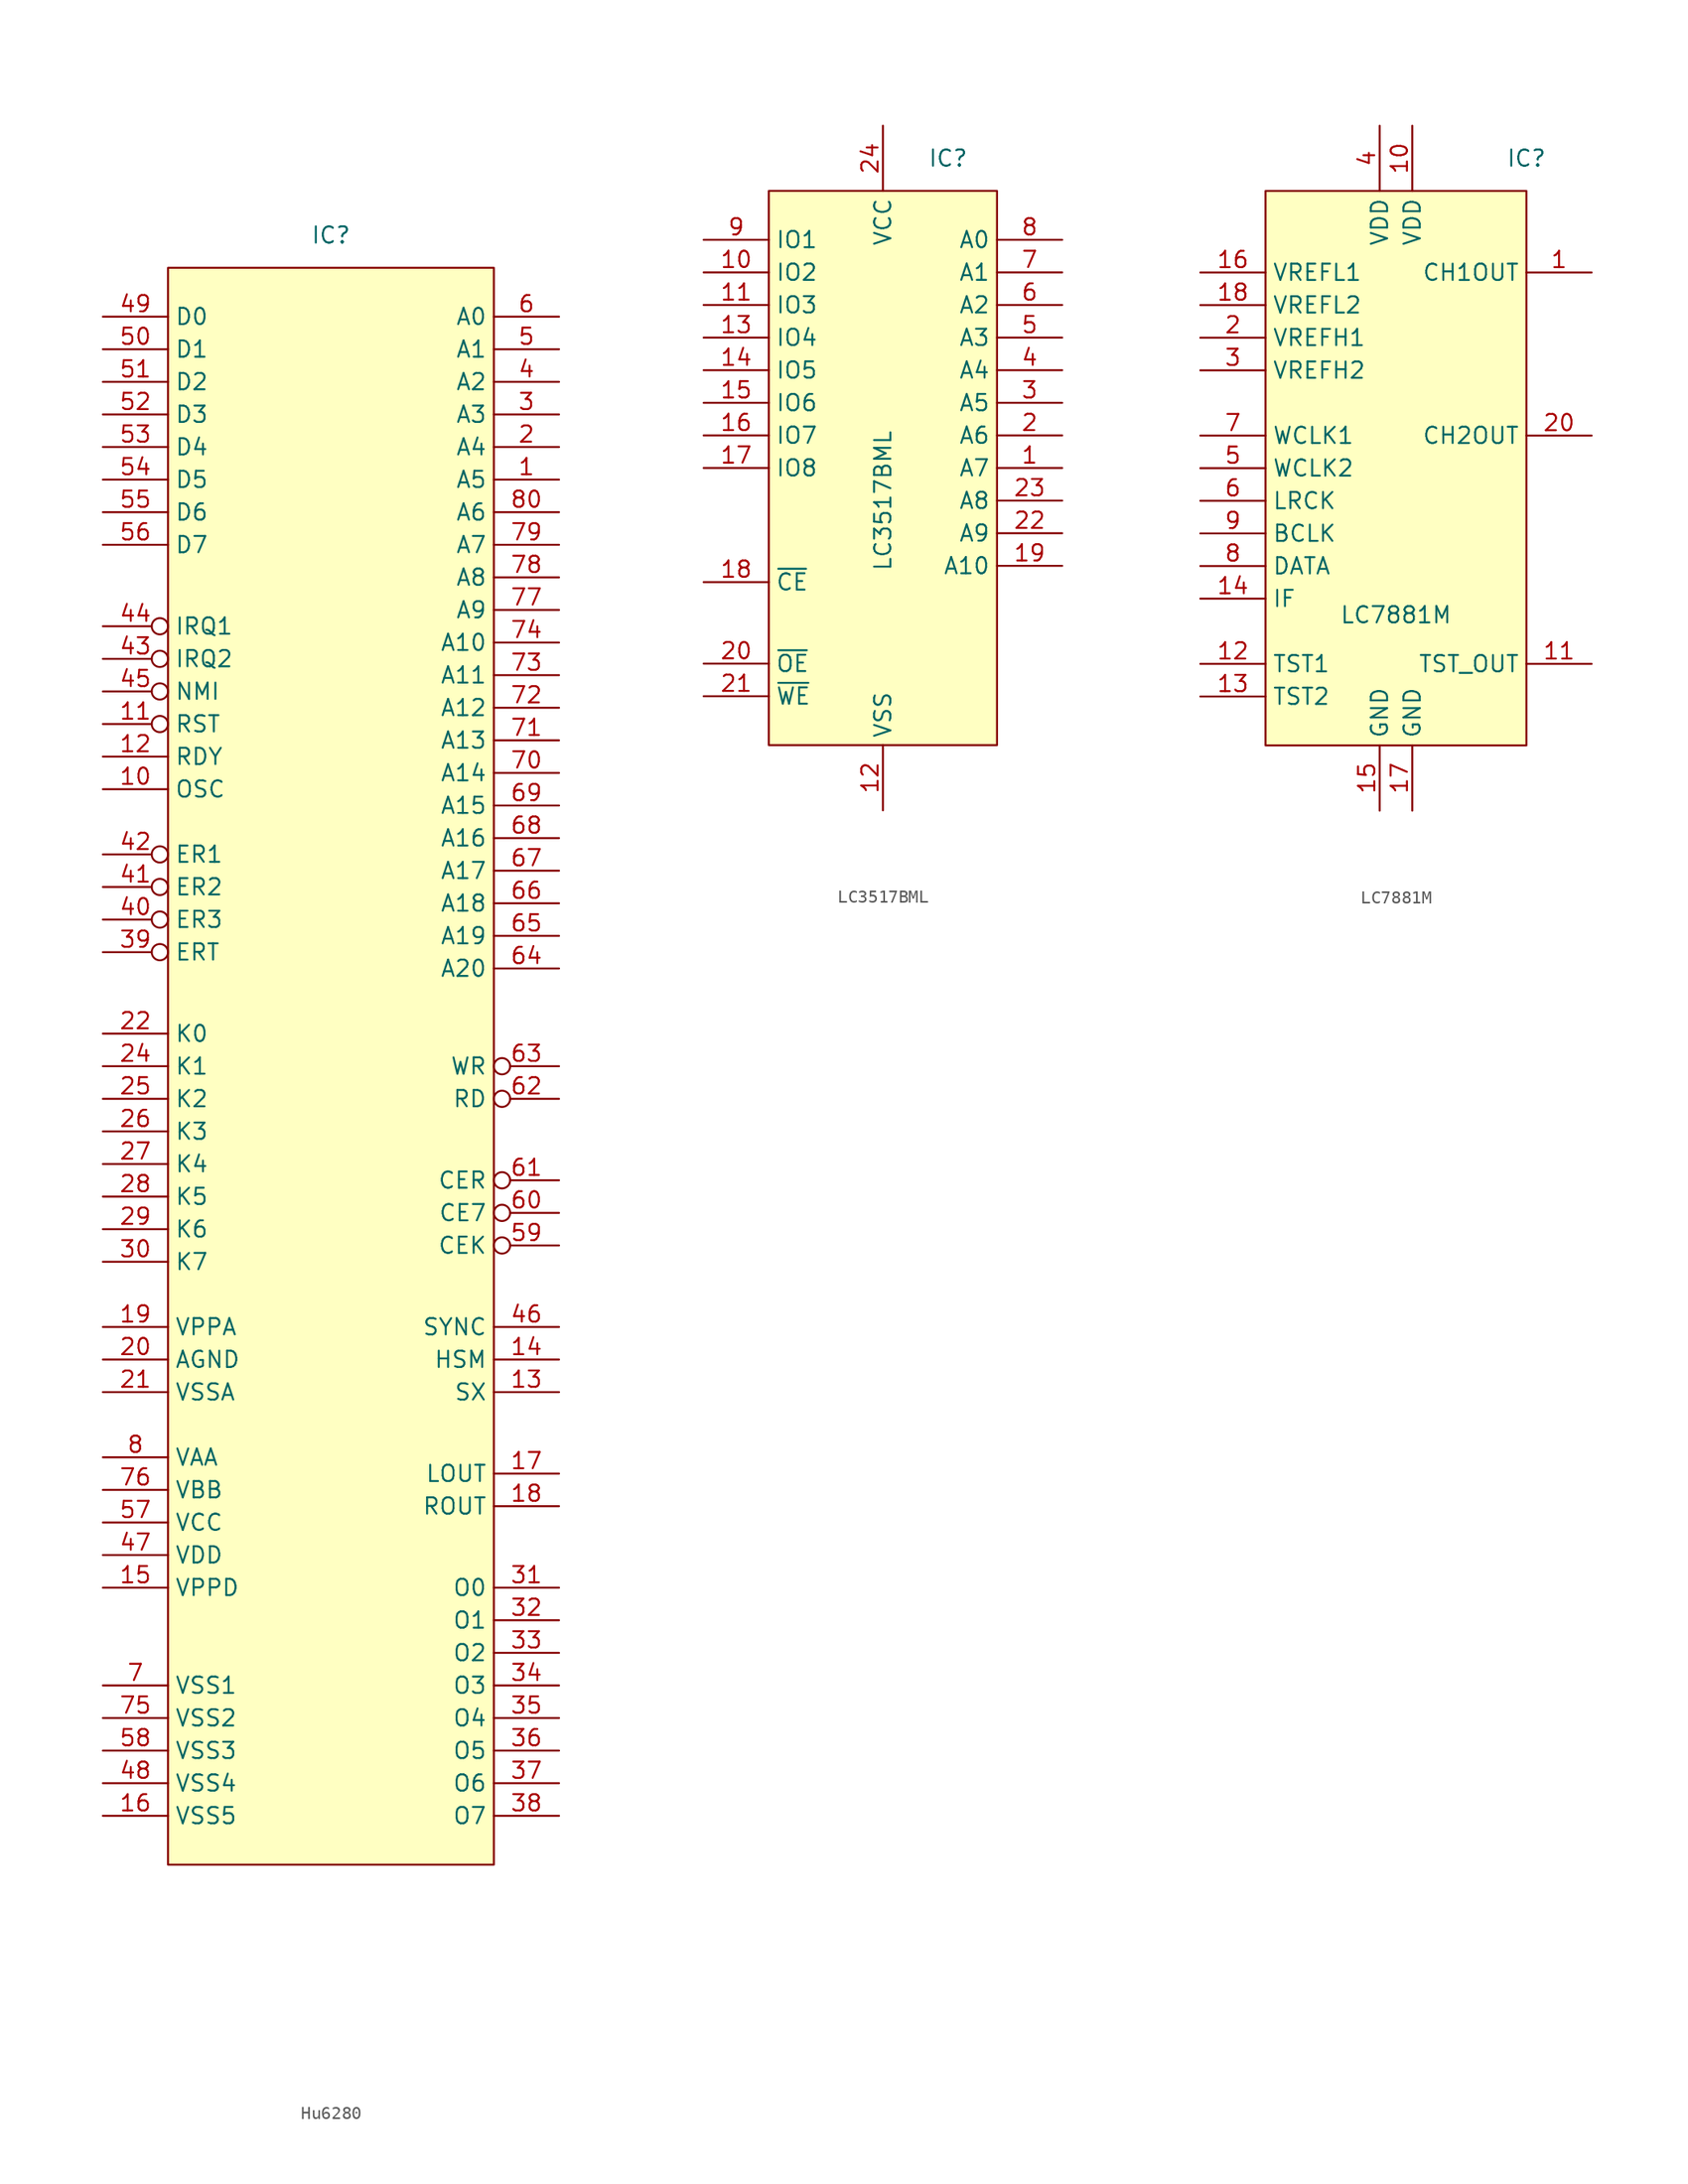
<source format=kicad_sym>
(kicad_symbol_lib
  (version 20220914)
  (generator kicad_symbol_editor)
  (symbol "Hu6280"
    (property "Reference" "IC"
      (at 0 62.23 0)
      (effects (font (size 1.27 1.27))))
    (property "Value" ""
      (at 0 7.62 0)
      (effects (font (size 1.27 1.27))))
    (symbol "Hu6280_1_1"
      (rectangle (start -12.7 59.69) (end 12.7 -64.77) (stroke (width 0) (type default)) (fill (type background)))
      (pin output line (at 17.78 43.18 180) (length 5.08) (name "A5" (effects (font (size 1.27 1.27)))) (number "1" (effects (font (size 1.27 1.27)))))
      (pin input line (at -17.78 19.05 0) (length 5.08) (name "OSC" (effects (font (size 1.27 1.27)))) (number "10" (effects (font (size 1.27 1.27)))))
      (pin input inverted (at -17.78 24.13 0) (length 5.08) (name "RST" (effects (font (size 1.27 1.27)))) (number "11" (effects (font (size 1.27 1.27)))))
      (pin input line (at -17.78 21.59 0) (length 5.08) (name "RDY" (effects (font (size 1.27 1.27)))) (number "12" (effects (font (size 1.27 1.27)))))
      (pin input line (at 17.78 -27.94 180) (length 5.08) (name "SX" (effects (font (size 1.27 1.27)))) (number "13" (effects (font (size 1.27 1.27)))))
      (pin input line (at 17.78 -25.4 180) (length 5.08) (name "HSM" (effects (font (size 1.27 1.27)))) (number "14" (effects (font (size 1.27 1.27)))))
      (pin input line (at -17.78 -43.18 0) (length 5.08) (name "VPPD" (effects (font (size 1.27 1.27)))) (number "15" (effects (font (size 1.27 1.27)))))
      (pin input line (at -17.78 -60.96 0) (length 5.08) (name "VSS5" (effects (font (size 1.27 1.27)))) (number "16" (effects (font (size 1.27 1.27)))))
      (pin input line (at 17.78 -34.29 180) (length 5.08) (name "LOUT" (effects (font (size 1.27 1.27)))) (number "17" (effects (font (size 1.27 1.27)))))
      (pin input line (at 17.78 -36.83 180) (length 5.08) (name "ROUT" (effects (font (size 1.27 1.27)))) (number "18" (effects (font (size 1.27 1.27)))))
      (pin input line (at -17.78 -22.86 0) (length 5.08) (name "VPPA" (effects (font (size 1.27 1.27)))) (number "19" (effects (font (size 1.27 1.27)))))
      (pin output line (at 17.78 45.72 180) (length 5.08) (name "A4" (effects (font (size 1.27 1.27)))) (number "2" (effects (font (size 1.27 1.27)))))
      (pin input line (at -17.78 -25.4 0) (length 5.08) (name "AGND" (effects (font (size 1.27 1.27)))) (number "20" (effects (font (size 1.27 1.27)))))
      (pin input line (at -17.78 -27.94 0) (length 5.08) (name "VSSA" (effects (font (size 1.27 1.27)))) (number "21" (effects (font (size 1.27 1.27)))))
      (pin input line (at -17.78 0 0) (length 5.08) (name "K0" (effects (font (size 1.27 1.27)))) (number "22" (effects (font (size 1.27 1.27)))))
      (pin no_connect line (at 1.27 -69.85 90) (length 5.08) hide (name "N/C" (effects (font (size 1.27 1.27)))) (number "23" (effects (font (size 1.27 1.27)))))
      (pin input line (at -17.78 -2.54 0) (length 5.08) (name "K1" (effects (font (size 1.27 1.27)))) (number "24" (effects (font (size 1.27 1.27)))))
      (pin input line (at -17.78 -5.08 0) (length 5.08) (name "K2" (effects (font (size 1.27 1.27)))) (number "25" (effects (font (size 1.27 1.27)))))
      (pin input line (at -17.78 -7.62 0) (length 5.08) (name "K3" (effects (font (size 1.27 1.27)))) (number "26" (effects (font (size 1.27 1.27)))))
      (pin input line (at -17.78 -10.16 0) (length 5.08) (name "K4" (effects (font (size 1.27 1.27)))) (number "27" (effects (font (size 1.27 1.27)))))
      (pin input line (at -17.78 -12.7 0) (length 5.08) (name "K5" (effects (font (size 1.27 1.27)))) (number "28" (effects (font (size 1.27 1.27)))))
      (pin input line (at -17.78 -15.24 0) (length 5.08) (name "K6" (effects (font (size 1.27 1.27)))) (number "29" (effects (font (size 1.27 1.27)))))
      (pin output line (at 17.78 48.26 180) (length 5.08) (name "A3" (effects (font (size 1.27 1.27)))) (number "3" (effects (font (size 1.27 1.27)))))
      (pin input line (at -17.78 -17.78 0) (length 5.08) (name "K7" (effects (font (size 1.27 1.27)))) (number "30" (effects (font (size 1.27 1.27)))))
      (pin input line (at 17.78 -43.18 180) (length 5.08) (name "O0" (effects (font (size 1.27 1.27)))) (number "31" (effects (font (size 1.27 1.27)))))
      (pin input line (at 17.78 -45.72 180) (length 5.08) (name "O1" (effects (font (size 1.27 1.27)))) (number "32" (effects (font (size 1.27 1.27)))))
      (pin input line (at 17.78 -48.26 180) (length 5.08) (name "O2" (effects (font (size 1.27 1.27)))) (number "33" (effects (font (size 1.27 1.27)))))
      (pin input line (at 17.78 -50.8 180) (length 5.08) (name "O3" (effects (font (size 1.27 1.27)))) (number "34" (effects (font (size 1.27 1.27)))))
      (pin input line (at 17.78 -53.34 180) (length 5.08) (name "O4" (effects (font (size 1.27 1.27)))) (number "35" (effects (font (size 1.27 1.27)))))
      (pin input line (at 17.78 -55.88 180) (length 5.08) (name "O5" (effects (font (size 1.27 1.27)))) (number "36" (effects (font (size 1.27 1.27)))))
      (pin input line (at 17.78 -58.42 180) (length 5.08) (name "O6" (effects (font (size 1.27 1.27)))) (number "37" (effects (font (size 1.27 1.27)))))
      (pin input line (at 17.78 -60.96 180) (length 5.08) (name "O7" (effects (font (size 1.27 1.27)))) (number "38" (effects (font (size 1.27 1.27)))))
      (pin input inverted (at -17.78 6.35 0) (length 5.08) (name "ERT" (effects (font (size 1.27 1.27)))) (number "39" (effects (font (size 1.27 1.27)))))
      (pin output line (at 17.78 50.8 180) (length 5.08) (name "A2" (effects (font (size 1.27 1.27)))) (number "4" (effects (font (size 1.27 1.27)))))
      (pin input inverted (at -17.78 8.89 0) (length 5.08) (name "ER3" (effects (font (size 1.27 1.27)))) (number "40" (effects (font (size 1.27 1.27)))))
      (pin input inverted (at -17.78 11.43 0) (length 5.08) (name "ER2" (effects (font (size 1.27 1.27)))) (number "41" (effects (font (size 1.27 1.27)))))
      (pin input inverted (at -17.78 13.97 0) (length 5.08) (name "ER1" (effects (font (size 1.27 1.27)))) (number "42" (effects (font (size 1.27 1.27)))))
      (pin input inverted (at -17.78 29.21 0) (length 5.08) (name "IRQ2" (effects (font (size 1.27 1.27)))) (number "43" (effects (font (size 1.27 1.27)))))
      (pin input inverted (at -17.78 31.75 0) (length 5.08) (name "IRQ1" (effects (font (size 1.27 1.27)))) (number "44" (effects (font (size 1.27 1.27)))))
      (pin input inverted (at -17.78 26.67 0) (length 5.08) (name "NMI" (effects (font (size 1.27 1.27)))) (number "45" (effects (font (size 1.27 1.27)))))
      (pin input line (at 17.78 -22.86 180) (length 5.08) (name "SYNC" (effects (font (size 1.27 1.27)))) (number "46" (effects (font (size 1.27 1.27)))))
      (pin input line (at -17.78 -40.64 0) (length 5.08) (name "VDD" (effects (font (size 1.27 1.27)))) (number "47" (effects (font (size 1.27 1.27)))))
      (pin input line (at -17.78 -58.42 0) (length 5.08) (name "VSS4" (effects (font (size 1.27 1.27)))) (number "48" (effects (font (size 1.27 1.27)))))
      (pin bidirectional line (at -17.78 55.88 0) (length 5.08) (name "D0" (effects (font (size 1.27 1.27)))) (number "49" (effects (font (size 1.27 1.27)))))
      (pin output line (at 17.78 53.34 180) (length 5.08) (name "A1" (effects (font (size 1.27 1.27)))) (number "5" (effects (font (size 1.27 1.27)))))
      (pin bidirectional line (at -17.78 53.34 0) (length 5.08) (name "D1" (effects (font (size 1.27 1.27)))) (number "50" (effects (font (size 1.27 1.27)))))
      (pin bidirectional line (at -17.78 50.8 0) (length 5.08) (name "D2" (effects (font (size 1.27 1.27)))) (number "51" (effects (font (size 1.27 1.27)))))
      (pin bidirectional line (at -17.78 48.26 0) (length 5.08) (name "D3" (effects (font (size 1.27 1.27)))) (number "52" (effects (font (size 1.27 1.27)))))
      (pin bidirectional line (at -17.78 45.72 0) (length 5.08) (name "D4" (effects (font (size 1.27 1.27)))) (number "53" (effects (font (size 1.27 1.27)))))
      (pin bidirectional line (at -17.78 43.18 0) (length 5.08) (name "D5" (effects (font (size 1.27 1.27)))) (number "54" (effects (font (size 1.27 1.27)))))
      (pin bidirectional line (at -17.78 40.64 0) (length 5.08) (name "D6" (effects (font (size 1.27 1.27)))) (number "55" (effects (font (size 1.27 1.27)))))
      (pin bidirectional line (at -17.78 38.1 0) (length 5.08) (name "D7" (effects (font (size 1.27 1.27)))) (number "56" (effects (font (size 1.27 1.27)))))
      (pin input line (at -17.78 -38.1 0) (length 5.08) (name "VCC" (effects (font (size 1.27 1.27)))) (number "57" (effects (font (size 1.27 1.27)))))
      (pin input line (at -17.78 -55.88 0) (length 5.08) (name "VSS3" (effects (font (size 1.27 1.27)))) (number "58" (effects (font (size 1.27 1.27)))))
      (pin input inverted (at 17.78 -16.51 180) (length 5.08) (name "CEK" (effects (font (size 1.27 1.27)))) (number "59" (effects (font (size 1.27 1.27)))))
      (pin output line (at 17.78 55.88 180) (length 5.08) (name "A0" (effects (font (size 1.27 1.27)))) (number "6" (effects (font (size 1.27 1.27)))))
      (pin input inverted (at 17.78 -13.97 180) (length 5.08) (name "CE7" (effects (font (size 1.27 1.27)))) (number "60" (effects (font (size 1.27 1.27)))))
      (pin input inverted (at 17.78 -11.43 180) (length 5.08) (name "CER" (effects (font (size 1.27 1.27)))) (number "61" (effects (font (size 1.27 1.27)))))
      (pin output inverted (at 17.78 -5.08 180) (length 5.08) (name "RD" (effects (font (size 1.27 1.27)))) (number "62" (effects (font (size 1.27 1.27)))))
      (pin output inverted (at 17.78 -2.54 180) (length 5.08) (name "WR" (effects (font (size 1.27 1.27)))) (number "63" (effects (font (size 1.27 1.27)))))
      (pin output line (at 17.78 5.08 180) (length 5.08) (name "A20" (effects (font (size 1.27 1.27)))) (number "64" (effects (font (size 1.27 1.27)))))
      (pin output line (at 17.78 7.62 180) (length 5.08) (name "A19" (effects (font (size 1.27 1.27)))) (number "65" (effects (font (size 1.27 1.27)))))
      (pin output line (at 17.78 10.16 180) (length 5.08) (name "A18" (effects (font (size 1.27 1.27)))) (number "66" (effects (font (size 1.27 1.27)))))
      (pin output line (at 17.78 12.7 180) (length 5.08) (name "A17" (effects (font (size 1.27 1.27)))) (number "67" (effects (font (size 1.27 1.27)))))
      (pin output line (at 17.78 15.24 180) (length 5.08) (name "A16" (effects (font (size 1.27 1.27)))) (number "68" (effects (font (size 1.27 1.27)))))
      (pin output line (at 17.78 17.78 180) (length 5.08) (name "A15" (effects (font (size 1.27 1.27)))) (number "69" (effects (font (size 1.27 1.27)))))
      (pin input line (at -17.78 -50.8 0) (length 5.08) (name "VSS1" (effects (font (size 1.27 1.27)))) (number "7" (effects (font (size 1.27 1.27)))))
      (pin output line (at 17.78 20.32 180) (length 5.08) (name "A14" (effects (font (size 1.27 1.27)))) (number "70" (effects (font (size 1.27 1.27)))))
      (pin output line (at 17.78 22.86 180) (length 5.08) (name "A13" (effects (font (size 1.27 1.27)))) (number "71" (effects (font (size 1.27 1.27)))))
      (pin output line (at 17.78 25.4 180) (length 5.08) (name "A12" (effects (font (size 1.27 1.27)))) (number "72" (effects (font (size 1.27 1.27)))))
      (pin output line (at 17.78 27.94 180) (length 5.08) (name "A11" (effects (font (size 1.27 1.27)))) (number "73" (effects (font (size 1.27 1.27)))))
      (pin output line (at 17.78 30.48 180) (length 5.08) (name "A10" (effects (font (size 1.27 1.27)))) (number "74" (effects (font (size 1.27 1.27)))))
      (pin input line (at -17.78 -53.34 0) (length 5.08) (name "VSS2" (effects (font (size 1.27 1.27)))) (number "75" (effects (font (size 1.27 1.27)))))
      (pin input line (at -17.78 -35.56 0) (length 5.08) (name "VBB" (effects (font (size 1.27 1.27)))) (number "76" (effects (font (size 1.27 1.27)))))
      (pin output line (at 17.78 33.02 180) (length 5.08) (name "A9" (effects (font (size 1.27 1.27)))) (number "77" (effects (font (size 1.27 1.27)))))
      (pin output line (at 17.78 35.56 180) (length 5.08) (name "A8" (effects (font (size 1.27 1.27)))) (number "78" (effects (font (size 1.27 1.27)))))
      (pin output line (at 17.78 38.1 180) (length 5.08) (name "A7" (effects (font (size 1.27 1.27)))) (number "79" (effects (font (size 1.27 1.27)))))
      (pin input line (at -17.78 -33.02 0) (length 5.08) (name "VAA" (effects (font (size 1.27 1.27)))) (number "8" (effects (font (size 1.27 1.27)))))
      (pin output line (at 17.78 40.64 180) (length 5.08) (name "A6" (effects (font (size 1.27 1.27)))) (number "80" (effects (font (size 1.27 1.27)))))
      (pin no_connect line (at -1.27 -69.85 90) (length 5.08) hide (name "N/C" (effects (font (size 1.27 1.27)))) (number "9" (effects (font (size 1.27 1.27)))))))
  (symbol "LC3517BML"
    (property "Reference" "IC"
      (at 5.08 22.86 0)
      (effects (font (size 1.27 1.27))))
    (property "Value" "LC3517BML"
      (at 0 -3.81 90)
      (effects (font (size 1.27 1.27))))
    (symbol "LC3517BML_1_1"
      (rectangle (start -8.89 20.32) (end 8.89 -22.86) (stroke (width 0) (type default)) (fill (type background)))
      (pin input line (at 13.97 -1.27 180) (length 5.08) (name "A7" (effects (font (size 1.27 1.27)))) (number "1" (effects (font (size 1.27 1.27)))))
      (pin bidirectional line (at -13.97 13.97 0) (length 5.08) (name "IO2" (effects (font (size 1.27 1.27)))) (number "10" (effects (font (size 1.27 1.27)))))
      (pin bidirectional line (at -13.97 11.43 0) (length 5.08) (name "IO3" (effects (font (size 1.27 1.27)))) (number "11" (effects (font (size 1.27 1.27)))))
      (pin power_out line (at 0 -27.94 90) (length 5.08) (name "VSS" (effects (font (size 1.27 1.27)))) (number "12" (effects (font (size 1.27 1.27)))))
      (pin bidirectional line (at -13.97 8.89 0) (length 5.08) (name "IO4" (effects (font (size 1.27 1.27)))) (number "13" (effects (font (size 1.27 1.27)))))
      (pin bidirectional line (at -13.97 6.35 0) (length 5.08) (name "IO5" (effects (font (size 1.27 1.27)))) (number "14" (effects (font (size 1.27 1.27)))))
      (pin bidirectional line (at -13.97 3.81 0) (length 5.08) (name "IO6" (effects (font (size 1.27 1.27)))) (number "15" (effects (font (size 1.27 1.27)))))
      (pin bidirectional line (at -13.97 1.27 0) (length 5.08) (name "IO7" (effects (font (size 1.27 1.27)))) (number "16" (effects (font (size 1.27 1.27)))))
      (pin bidirectional line (at -13.97 -1.27 0) (length 5.08) (name "IO8" (effects (font (size 1.27 1.27)))) (number "17" (effects (font (size 1.27 1.27)))))
      (pin input line (at -13.97 -10.16 0) (length 5.08) (name "~{CE}" (effects (font (size 1.27 1.27)))) (number "18" (effects (font (size 1.27 1.27)))))
      (pin input line (at 13.97 -8.89 180) (length 5.08) (name "A10" (effects (font (size 1.27 1.27)))) (number "19" (effects (font (size 1.27 1.27)))))
      (pin input line (at 13.97 1.27 180) (length 5.08) (name "A6" (effects (font (size 1.27 1.27)))) (number "2" (effects (font (size 1.27 1.27)))))
      (pin input line (at -13.97 -16.51 0) (length 5.08) (name "~{OE}" (effects (font (size 1.27 1.27)))) (number "20" (effects (font (size 1.27 1.27)))))
      (pin input line (at -13.97 -19.05 0) (length 5.08) (name "~{WE}" (effects (font (size 1.27 1.27)))) (number "21" (effects (font (size 1.27 1.27)))))
      (pin input line (at 13.97 -6.35 180) (length 5.08) (name "A9" (effects (font (size 1.27 1.27)))) (number "22" (effects (font (size 1.27 1.27)))))
      (pin input line (at 13.97 -3.81 180) (length 5.08) (name "A8" (effects (font (size 1.27 1.27)))) (number "23" (effects (font (size 1.27 1.27)))))
      (pin power_in line (at 0 25.4 270) (length 5.08) (name "VCC" (effects (font (size 1.27 1.27)))) (number "24" (effects (font (size 1.27 1.27)))))
      (pin input line (at 13.97 3.81 180) (length 5.08) (name "A5" (effects (font (size 1.27 1.27)))) (number "3" (effects (font (size 1.27 1.27)))))
      (pin input line (at 13.97 6.35 180) (length 5.08) (name "A4" (effects (font (size 1.27 1.27)))) (number "4" (effects (font (size 1.27 1.27)))))
      (pin input line (at 13.97 8.89 180) (length 5.08) (name "A3" (effects (font (size 1.27 1.27)))) (number "5" (effects (font (size 1.27 1.27)))))
      (pin input line (at 13.97 11.43 180) (length 5.08) (name "A2" (effects (font (size 1.27 1.27)))) (number "6" (effects (font (size 1.27 1.27)))))
      (pin input line (at 13.97 13.97 180) (length 5.08) (name "A1" (effects (font (size 1.27 1.27)))) (number "7" (effects (font (size 1.27 1.27)))))
      (pin input line (at 13.97 16.51 180) (length 5.08) (name "A0" (effects (font (size 1.27 1.27)))) (number "8" (effects (font (size 1.27 1.27)))))
      (pin bidirectional line (at -13.97 16.51 0) (length 5.08) (name "IO1" (effects (font (size 1.27 1.27)))) (number "9" (effects (font (size 1.27 1.27)))))))
  (symbol "LC7881M"
    (property "Reference" "IC"
      (at 10.16 24.13 0)
      (effects (font (size 1.27 1.27))))
    (property "Value" "LC7881M"
      (at 0 -11.43 0)
      (effects (font (size 1.27 1.27))))
    (symbol "LC7881M_1_1"
      (rectangle (start -10.16 21.59) (end 10.16 -21.59) (stroke (width 0) (type default)) (fill (type background)))
      (pin output line (at 15.24 15.24 180) (length 5.08) (name "CH1OUT" (effects (font (size 1.27 1.27)))) (number "1" (effects (font (size 1.27 1.27)))))
      (pin power_in line (at 1.27 26.67 270) (length 5.08) (name "VDD" (effects (font (size 1.27 1.27)))) (number "10" (effects (font (size 1.27 1.27)))))
      (pin input line (at 15.24 -15.24 180) (length 5.08) (name "TST_OUT" (effects (font (size 1.27 1.27)))) (number "11" (effects (font (size 1.27 1.27)))))
      (pin input line (at -15.24 -15.24 0) (length 5.08) (name "TST1" (effects (font (size 1.27 1.27)))) (number "12" (effects (font (size 1.27 1.27)))))
      (pin input line (at -15.24 -17.78 0) (length 5.08) (name "TST2" (effects (font (size 1.27 1.27)))) (number "13" (effects (font (size 1.27 1.27)))))
      (pin input line (at -15.24 -10.16 0) (length 5.08) (name "IF" (effects (font (size 1.27 1.27)))) (number "14" (effects (font (size 1.27 1.27)))))
      (pin power_out line (at -1.27 -26.67 90) (length 5.08) (name "GND" (effects (font (size 1.27 1.27)))) (number "15" (effects (font (size 1.27 1.27)))))
      (pin input line (at -15.24 15.24 0) (length 5.08) (name "VREFL1" (effects (font (size 1.27 1.27)))) (number "16" (effects (font (size 1.27 1.27)))))
      (pin power_out line (at 1.27 -26.67 90) (length 5.08) (name "GND" (effects (font (size 1.27 1.27)))) (number "17" (effects (font (size 1.27 1.27)))))
      (pin input line (at -15.24 12.7 0) (length 5.08) (name "VREFL2" (effects (font (size 1.27 1.27)))) (number "18" (effects (font (size 1.27 1.27)))))
      (pin no_connect line (at 15.24 -7.62 180) (length 5.08) hide (name "N/C" (effects (font (size 1.27 1.27)))) (number "19" (effects (font (size 1.27 1.27)))))
      (pin input line (at -15.24 10.16 0) (length 5.08) (name "VREFH1" (effects (font (size 1.27 1.27)))) (number "2" (effects (font (size 1.27 1.27)))))
      (pin output line (at 15.24 2.54 180) (length 5.08) (name "CH2OUT" (effects (font (size 1.27 1.27)))) (number "20" (effects (font (size 1.27 1.27)))))
      (pin input line (at -15.24 7.62 0) (length 5.08) (name "VREFH2" (effects (font (size 1.27 1.27)))) (number "3" (effects (font (size 1.27 1.27)))))
      (pin power_in line (at -1.27 26.67 270) (length 5.08) (name "VDD" (effects (font (size 1.27 1.27)))) (number "4" (effects (font (size 1.27 1.27)))))
      (pin input line (at -15.24 0 0) (length 5.08) (name "WCLK2" (effects (font (size 1.27 1.27)))) (number "5" (effects (font (size 1.27 1.27)))))
      (pin input line (at -15.24 -2.54 0) (length 5.08) (name "LRCK" (effects (font (size 1.27 1.27)))) (number "6" (effects (font (size 1.27 1.27)))))
      (pin input line (at -15.24 2.54 0) (length 5.08) (name "WCLK1" (effects (font (size 1.27 1.27)))) (number "7" (effects (font (size 1.27 1.27)))))
      (pin input line (at -15.24 -7.62 0) (length 5.08) (name "DATA" (effects (font (size 1.27 1.27)))) (number "8" (effects (font (size 1.27 1.27)))))
      (pin input line (at -15.24 -5.08 0) (length 5.08) (name "BCLK" (effects (font (size 1.27 1.27)))) (number "9" (effects (font (size 1.27 1.27))))))))
</source>
